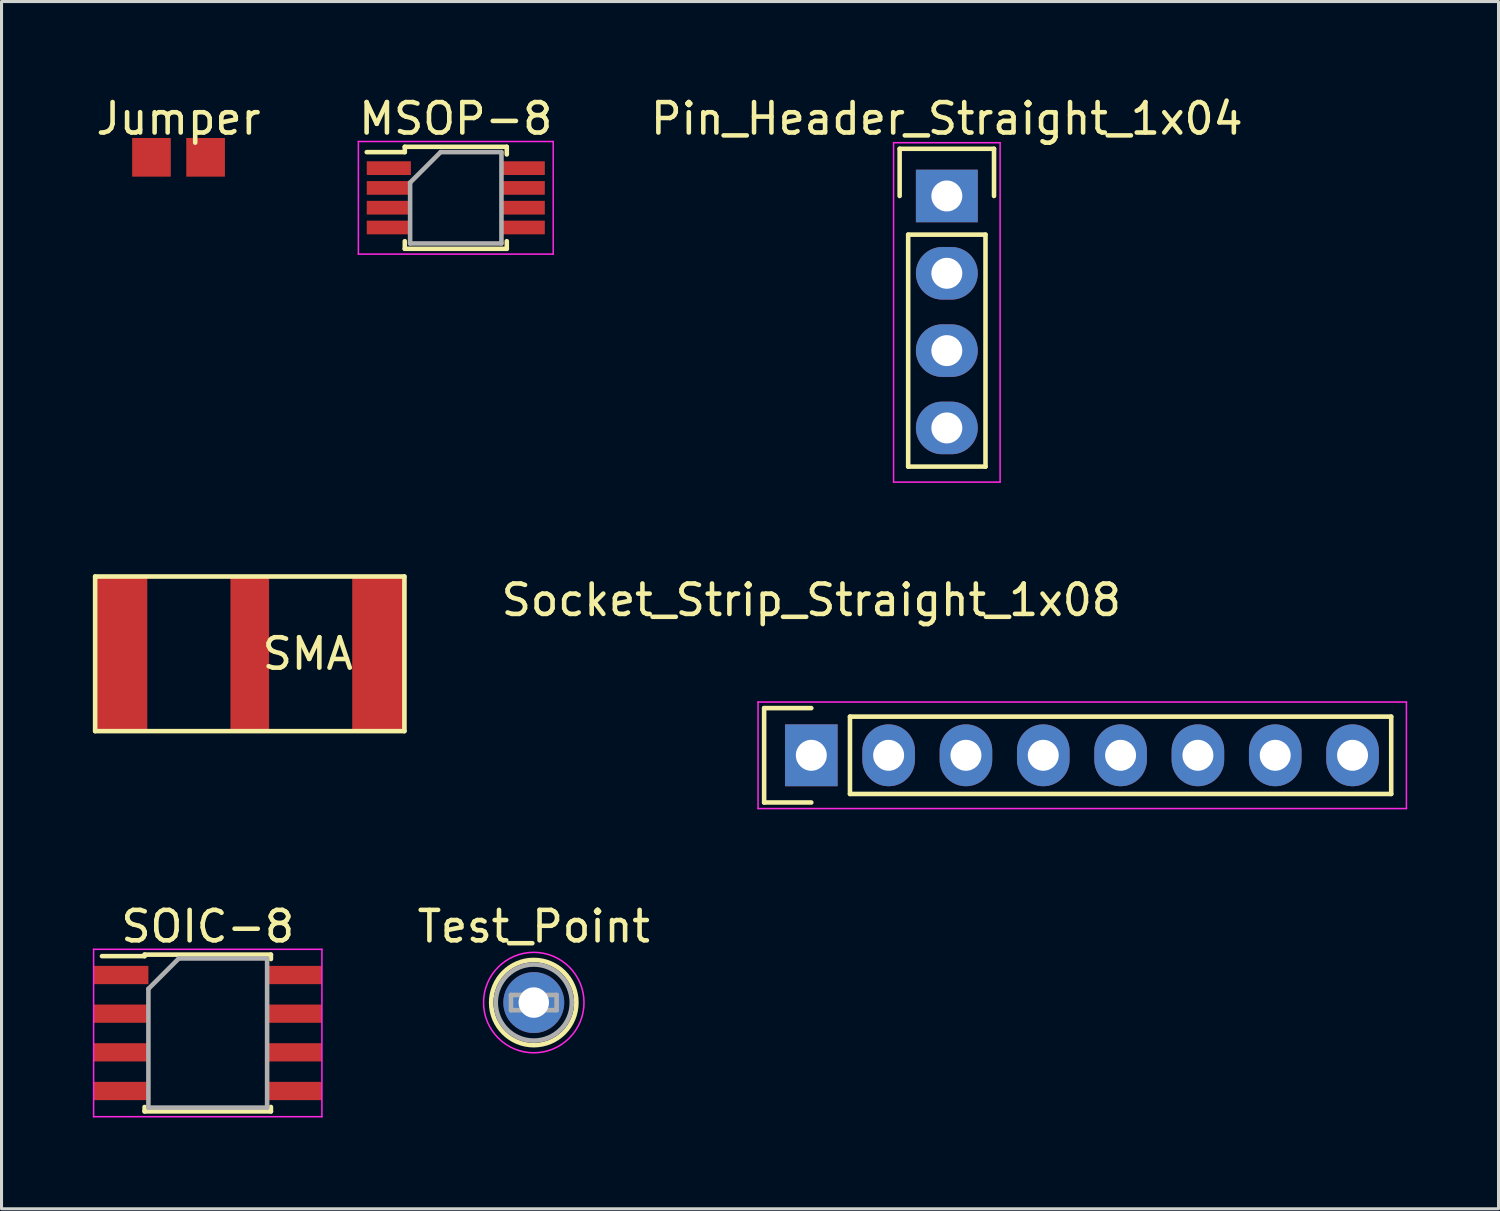
<source format=kicad_pcb>
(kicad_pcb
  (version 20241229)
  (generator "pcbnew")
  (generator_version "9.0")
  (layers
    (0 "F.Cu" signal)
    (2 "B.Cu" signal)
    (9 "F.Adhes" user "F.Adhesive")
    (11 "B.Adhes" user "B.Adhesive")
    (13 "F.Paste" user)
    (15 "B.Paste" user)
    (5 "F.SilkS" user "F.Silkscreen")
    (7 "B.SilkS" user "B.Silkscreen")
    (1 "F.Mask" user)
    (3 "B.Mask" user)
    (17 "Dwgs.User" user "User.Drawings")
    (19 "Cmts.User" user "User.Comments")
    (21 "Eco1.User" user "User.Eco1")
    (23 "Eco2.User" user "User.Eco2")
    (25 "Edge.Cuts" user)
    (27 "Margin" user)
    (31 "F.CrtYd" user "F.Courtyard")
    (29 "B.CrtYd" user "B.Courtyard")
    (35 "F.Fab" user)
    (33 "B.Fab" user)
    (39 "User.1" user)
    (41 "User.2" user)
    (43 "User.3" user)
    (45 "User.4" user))
  (footprint "Jumper"
    (layer "F.Cu")
    (at 2.815 2.118)
    (property "Reference" "Jumper" (at 0 -1.27 0) (layer "F.SilkS") (effects (font (size 1 1) (thickness 0.15))))
    (attr through_hole)
    (pad "1" smd rect (at -0.889 0) (size 1.27 1.27) (layers "F.Cu" "F.Mask" "F.Paste"))
    (pad "2" smd rect (at 0.889 0) (size 1.27 1.27) (layers "F.Cu" "F.Mask" "F.Paste")))
  (footprint "MSOP-8"
    (layer "F.Cu")
    (at 11.923 3.448)
    (property "Reference" "MSOP-8" (at 0 -2.6 0) (layer "F.SilkS") (effects (font (size 1 1) (thickness 0.15))))
    (attr smd)
    (fp_line (start -1.675 -1.675) (end -1.675 -1.5) (stroke (width 0.15) (type solid)) (layer "F.SilkS"))
    (fp_line (start -1.675 -1.675) (end 1.675 -1.675) (stroke (width 0.15) (type solid)) (layer "F.SilkS"))
    (fp_line (start -1.675 -1.5) (end -2.925 -1.5) (stroke (width 0.15) (type solid)) (layer "F.SilkS"))
    (fp_line (start -1.675 1.675) (end -1.675 1.425) (stroke (width 0.15) (type solid)) (layer "F.SilkS"))
    (fp_line (start -1.675 1.675) (end 1.675 1.675) (stroke (width 0.15) (type solid)) (layer "F.SilkS"))
    (fp_line (start 1.675 -1.675) (end 1.675 -1.425) (stroke (width 0.15) (type solid)) (layer "F.SilkS"))
    (fp_line (start 1.675 1.675) (end 1.675 1.425) (stroke (width 0.15) (type solid)) (layer "F.SilkS"))
    (fp_line (start -3.2 -1.85) (end -3.2 1.85) (stroke (width 0.05) (type solid)) (layer "F.CrtYd"))
    (fp_line (start -3.2 -1.85) (end 3.2 -1.85) (stroke (width 0.05) (type solid)) (layer "F.CrtYd"))
    (fp_line (start -3.2 1.85) (end 3.2 1.85) (stroke (width 0.05) (type solid)) (layer "F.CrtYd"))
    (fp_line (start 3.2 -1.85) (end 3.2 1.85) (stroke (width 0.05) (type solid)) (layer "F.CrtYd"))
    (fp_line (start -1.5 -0.5) (end -0.5 -1.5) (stroke (width 0.15) (type solid)) (layer "F.Fab"))
    (fp_line (start -1.5 1.5) (end -1.5 -0.5) (stroke (width 0.15) (type solid)) (layer "F.Fab"))
    (fp_line (start -0.5 -1.5) (end 1.5 -1.5) (stroke (width 0.15) (type solid)) (layer "F.Fab"))
    (fp_line (start 1.5 -1.5) (end 1.5 1.5) (stroke (width 0.15) (type solid)) (layer "F.Fab"))
    (fp_line (start 1.5 1.5) (end -1.5 1.5) (stroke (width 0.15) (type solid)) (layer "F.Fab"))
    (pad "1" smd rect (at -2.2 -0.975) (size 1.45 0.45) (layers "F.Cu" "F.Mask" "F.Paste"))
    (pad "2" smd rect (at -2.2 -0.325) (size 1.45 0.45) (layers "F.Cu" "F.Mask" "F.Paste"))
    (pad "3" smd rect (at -2.2 0.325) (size 1.45 0.45) (layers "F.Cu" "F.Mask" "F.Paste"))
    (pad "4" smd rect (at -2.2 0.975) (size 1.45 0.45) (layers "F.Cu" "F.Mask" "F.Paste"))
    (pad "5" smd rect (at 2.2 0.975) (size 1.45 0.45) (layers "F.Cu" "F.Mask" "F.Paste"))
    (pad "6" smd rect (at 2.2 0.325) (size 1.45 0.45) (layers "F.Cu" "F.Mask" "F.Paste"))
    (pad "7" smd rect (at 2.2 -0.325) (size 1.45 0.45) (layers "F.Cu" "F.Mask" "F.Paste"))
    (pad "8" smd rect (at 2.2 -0.975) (size 1.45 0.45) (layers "F.Cu" "F.Mask" "F.Paste")))
  (footprint "Socket_Strip_Straight_1x08"
    (layer "F.Cu")
    (at 23.602 21.762)
    (property "Reference" "Socket_Strip_Straight_1x08" (at 0 -5.1 0) (layer "F.SilkS") (effects (font (size 1 1) (thickness 0.15))))
    (attr smd)
    (fp_line (start -1.55 -1.55) (end -1.55 1.55) (stroke (width 0.15) (type solid)) (layer "F.SilkS"))
    (fp_line (start -1.55 1.55) (end 0 1.55) (stroke (width 0.15) (type solid)) (layer "F.SilkS"))
    (fp_line (start 0 -1.55) (end -1.55 -1.55) (stroke (width 0.15) (type solid)) (layer "F.SilkS"))
    (fp_line (start 1.27 1.27) (end 1.27 -1.27) (stroke (width 0.15) (type solid)) (layer "F.SilkS"))
    (fp_line (start 1.27 1.27) (end 19.05 1.27) (stroke (width 0.15) (type solid)) (layer "F.SilkS"))
    (fp_line (start 19.05 -1.27) (end 1.27 -1.27) (stroke (width 0.15) (type solid)) (layer "F.SilkS"))
    (fp_line (start 19.05 1.27) (end 19.05 -1.27) (stroke (width 0.15) (type solid)) (layer "F.SilkS"))
    (fp_line (start -1.75 -1.75) (end -1.75 1.75) (stroke (width 0.05) (type solid)) (layer "F.CrtYd"))
    (fp_line (start -1.75 -1.75) (end 19.55 -1.75) (stroke (width 0.05) (type solid)) (layer "F.CrtYd"))
    (fp_line (start -1.75 1.75) (end 19.55 1.75) (stroke (width 0.05) (type solid)) (layer "F.CrtYd"))
    (fp_line (start 19.55 -1.75) (end 19.55 1.75) (stroke (width 0.05) (type solid)) (layer "F.CrtYd"))
    (pad "1" thru_hole rect (at 0 0) (size 1.727 2.032) (drill 1.016) (layers "*.Cu" "*.Mask"))
    (pad "2" thru_hole oval (at 2.54 0) (size 1.727 2.032) (drill 1.016) (layers "*.Cu" "*.Mask"))
    (pad "3" thru_hole oval (at 5.08 0) (size 1.727 2.032) (drill 1.016) (layers "*.Cu" "*.Mask"))
    (pad "4" thru_hole oval (at 7.62 0) (size 1.727 2.032) (drill 1.016) (layers "*.Cu" "*.Mask"))
    (pad "5" thru_hole oval (at 10.16 0) (size 1.727 2.032) (drill 1.016) (layers "*.Cu" "*.Mask"))
    (pad "6" thru_hole oval (at 12.7 0) (size 1.727 2.032) (drill 1.016) (layers "*.Cu" "*.Mask"))
    (pad "7" thru_hole oval (at 15.24 0) (size 1.727 2.032) (drill 1.016) (layers "*.Cu" "*.Mask"))
    (pad "8" thru_hole oval (at 17.78 0) (size 1.727 2.032) (drill 1.016) (layers "*.Cu" "*.Mask")))
  (footprint "Pin_Header_Straight_1x04"
    (layer "F.Cu")
    (at 28.054 3.388)
    (property "Reference" "Pin_Header_Straight_1x04" (at 0 -2.54 0) (layer "F.SilkS") (effects (font (size 1 1) (thickness 0.15))))
    (attr smd)
    (fp_line (start -1.55 -1.55) (end 1.55 -1.55) (stroke (width 0.15) (type solid)) (layer "F.SilkS"))
    (fp_line (start -1.55 0) (end -1.55 -1.55) (stroke (width 0.15) (type solid)) (layer "F.SilkS"))
    (fp_line (start -1.27 1.27) (end -1.27 8.89) (stroke (width 0.15) (type solid)) (layer "F.SilkS"))
    (fp_line (start -1.27 8.89) (end 1.27 8.89) (stroke (width 0.15) (type solid)) (layer "F.SilkS"))
    (fp_line (start 1.27 1.27) (end -1.27 1.27) (stroke (width 0.15) (type solid)) (layer "F.SilkS"))
    (fp_line (start 1.27 1.27) (end 1.27 8.89) (stroke (width 0.15) (type solid)) (layer "F.SilkS"))
    (fp_line (start 1.55 -1.55) (end 1.55 0) (stroke (width 0.15) (type solid)) (layer "F.SilkS"))
    (fp_line (start -1.75 -1.75) (end -1.75 9.4) (stroke (width 0.05) (type solid)) (layer "F.CrtYd"))
    (fp_line (start -1.75 -1.75) (end 1.75 -1.75) (stroke (width 0.05) (type solid)) (layer "F.CrtYd"))
    (fp_line (start -1.75 9.4) (end 1.75 9.4) (stroke (width 0.05) (type solid)) (layer "F.CrtYd"))
    (fp_line (start 1.75 -1.75) (end 1.75 9.4) (stroke (width 0.05) (type solid)) (layer "F.CrtYd"))
    (pad "1" thru_hole rect (at 0 0) (size 2.032 1.727) (drill 1.016) (layers "*.Cu" "*.Mask"))
    (pad "2" thru_hole oval (at 0 2.54) (size 2.032 1.727) (drill 1.016) (layers "*.Cu" "*.Mask"))
    (pad "3" thru_hole oval (at 0 5.08) (size 2.032 1.727) (drill 1.016) (layers "*.Cu" "*.Mask"))
    (pad "4" thru_hole oval (at 0 7.62) (size 2.032 1.727) (drill 1.016) (layers "*.Cu" "*.Mask")))
  (footprint "Test_Point"
    (layer "F.Cu")
    (at 14.485 29.885)
    (property "Reference" "Test_Point" (at 0 -2.5 0) (layer "F.SilkS") (effects (font (size 1 1) (thickness 0.15))))
    (attr smd)
    (fp_circle (center 0 0) (end 1.4 0) (stroke (width 0.15) (type solid)) (fill no) (layer "F.SilkS"))
    (fp_circle (center 0 0) (end 1.65 0) (stroke (width 0.05) (type solid)) (fill no) (layer "F.CrtYd"))
    (fp_line (start -0.75 -0.25) (end 0.75 -0.25) (stroke (width 0.15) (type solid)) (layer "F.Fab"))
    (fp_line (start -0.75 0.25) (end -0.75 -0.25) (stroke (width 0.15) (type solid)) (layer "F.Fab"))
    (fp_line (start 0.75 -0.25) (end 0.75 0.25) (stroke (width 0.15) (type solid)) (layer "F.Fab"))
    (fp_line (start 0.75 0.25) (end -0.75 0.25) (stroke (width 0.15) (type solid)) (layer "F.Fab"))
    (fp_circle (center 0 0) (end 1.25 0) (stroke (width 0.15) (type solid)) (fill no) (layer "F.Fab"))
    (pad "1" thru_hole circle (at 0 0) (size 2 2) (drill 1) (layers "*.Cu" "*.Mask")))
  (footprint "SMA"
    (layer "F.Cu")
    (at 5.155 18.428)
    (property "Reference" "SMA" (at 1.905 0 0) (layer "F.SilkS") (effects (font (size 1 1) (thickness 0.15))))
    (attr through_hole)
    (fp_line (start -5.08 -2.54) (end 5.08 -2.54) (stroke (width 0.15) (type solid)) (layer "F.SilkS"))
    (fp_line (start -5.08 2.54) (end -5.08 -2.54) (stroke (width 0.15) (type solid)) (layer "F.SilkS"))
    (fp_line (start 5.08 -2.54) (end 5.08 2.54) (stroke (width 0.15) (type solid)) (layer "F.SilkS"))
    (fp_line (start 5.08 2.54) (end -5.08 2.54) (stroke (width 0.15) (type solid)) (layer "F.SilkS"))
    (pad "1" smd rect (at 0 0) (size 1.27 5.08) (layers "F.Cu" "F.Mask" "F.Paste"))
    (pad "2" smd rect (at -4.255 0) (size 1.778 5.08) (layers "*.Paste" "*.Mask" "F.Cu"))
    (pad "2" smd rect (at 4.255 0) (size 1.778 5.08) (layers "*.Paste" "*.Mask" "F.Cu")))
  (footprint "SOIC-8"
    (layer "F.Cu")
    (at 3.775 30.885)
    (property "Reference" "SOIC-8" (at 0 -3.5 0) (layer "F.SilkS") (effects (font (size 1 1) (thickness 0.15))))
    (attr smd)
    (fp_line (start -2.075 -2.575) (end -2.075 -2.525) (stroke (width 0.15) (type solid)) (layer "F.SilkS"))
    (fp_line (start -2.075 -2.575) (end 2.075 -2.575) (stroke (width 0.15) (type solid)) (layer "F.SilkS"))
    (fp_line (start -2.075 -2.525) (end -3.475 -2.525) (stroke (width 0.15) (type solid)) (layer "F.SilkS"))
    (fp_line (start -2.075 2.575) (end -2.075 2.43) (stroke (width 0.15) (type solid)) (layer "F.SilkS"))
    (fp_line (start -2.075 2.575) (end 2.075 2.575) (stroke (width 0.15) (type solid)) (layer "F.SilkS"))
    (fp_line (start 2.075 -2.575) (end 2.075 -2.43) (stroke (width 0.15) (type solid)) (layer "F.SilkS"))
    (fp_line (start 2.075 2.575) (end 2.075 2.43) (stroke (width 0.15) (type solid)) (layer "F.SilkS"))
    (fp_line (start -3.75 -2.75) (end -3.75 2.75) (stroke (width 0.05) (type solid)) (layer "F.CrtYd"))
    (fp_line (start -3.75 -2.75) (end 3.75 -2.75) (stroke (width 0.05) (type solid)) (layer "F.CrtYd"))
    (fp_line (start -3.75 2.75) (end 3.75 2.75) (stroke (width 0.05) (type solid)) (layer "F.CrtYd"))
    (fp_line (start 3.75 -2.75) (end 3.75 2.75) (stroke (width 0.05) (type solid)) (layer "F.CrtYd"))
    (fp_line (start -1.95 -1.45) (end -0.95 -2.45) (stroke (width 0.15) (type solid)) (layer "F.Fab"))
    (fp_line (start -1.95 2.45) (end -1.95 -1.45) (stroke (width 0.15) (type solid)) (layer "F.Fab"))
    (fp_line (start -0.95 -2.45) (end 1.95 -2.45) (stroke (width 0.15) (type solid)) (layer "F.Fab"))
    (fp_line (start 1.95 -2.45) (end 1.95 2.45) (stroke (width 0.15) (type solid)) (layer "F.Fab"))
    (fp_line (start 1.95 2.45) (end -1.95 2.45) (stroke (width 0.15) (type solid)) (layer "F.Fab"))
    (pad "1" smd rect (at -2.85 -1.905) (size 1.8 0.6) (layers "F.Cu" "F.Mask" "F.Paste"))
    (pad "2" smd rect (at -2.85 -0.635) (size 1.8 0.6) (layers "F.Cu" "F.Mask" "F.Paste"))
    (pad "3" smd rect (at -2.85 0.635) (size 1.8 0.6) (layers "F.Cu" "F.Mask" "F.Paste"))
    (pad "4" smd rect (at -2.85 1.905) (size 1.8 0.6) (layers "F.Cu" "F.Mask" "F.Paste"))
    (pad "5" smd rect (at 2.85 1.905) (size 1.8 0.6) (layers "F.Cu" "F.Mask" "F.Paste"))
    (pad "6" smd rect (at 2.85 0.635) (size 1.8 0.6) (layers "F.Cu" "F.Mask" "F.Paste"))
    (pad "7" smd rect (at 2.85 -0.635) (size 1.8 0.6) (layers "F.Cu" "F.Mask" "F.Paste"))
    (pad "8" smd rect (at 2.85 -1.905) (size 1.8 0.6) (layers "F.Cu" "F.Mask" "F.Paste")))
  (gr_rect
    (start -3 -3)
    (end 46.177 36.66)
    (stroke (width 0.1) (type default))
    (fill no)
    (layer "Edge.Cuts")))
</source>
